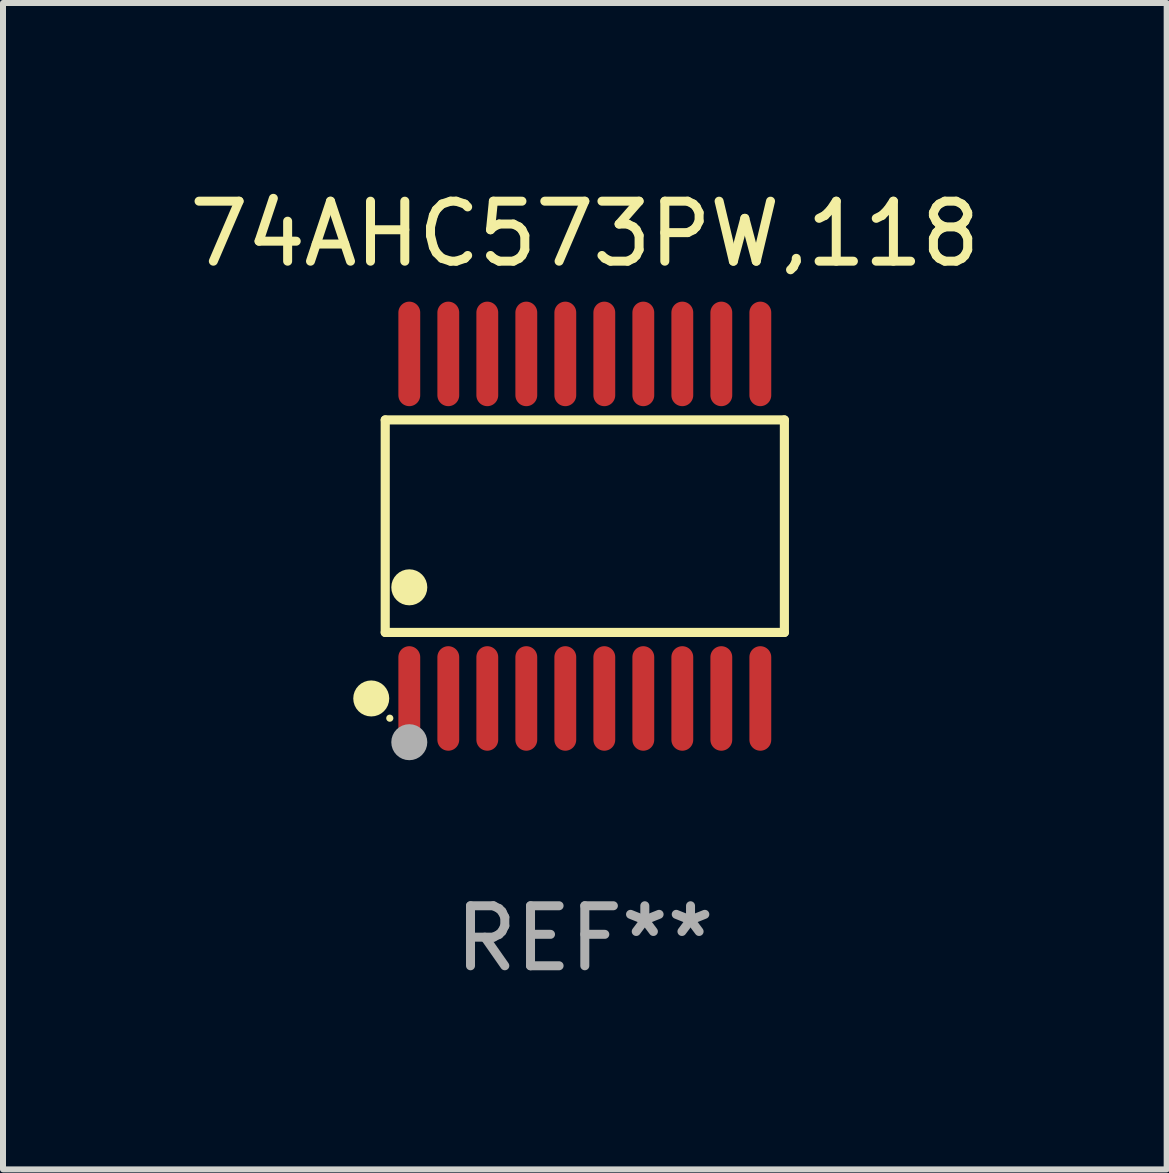
<source format=kicad_pcb>
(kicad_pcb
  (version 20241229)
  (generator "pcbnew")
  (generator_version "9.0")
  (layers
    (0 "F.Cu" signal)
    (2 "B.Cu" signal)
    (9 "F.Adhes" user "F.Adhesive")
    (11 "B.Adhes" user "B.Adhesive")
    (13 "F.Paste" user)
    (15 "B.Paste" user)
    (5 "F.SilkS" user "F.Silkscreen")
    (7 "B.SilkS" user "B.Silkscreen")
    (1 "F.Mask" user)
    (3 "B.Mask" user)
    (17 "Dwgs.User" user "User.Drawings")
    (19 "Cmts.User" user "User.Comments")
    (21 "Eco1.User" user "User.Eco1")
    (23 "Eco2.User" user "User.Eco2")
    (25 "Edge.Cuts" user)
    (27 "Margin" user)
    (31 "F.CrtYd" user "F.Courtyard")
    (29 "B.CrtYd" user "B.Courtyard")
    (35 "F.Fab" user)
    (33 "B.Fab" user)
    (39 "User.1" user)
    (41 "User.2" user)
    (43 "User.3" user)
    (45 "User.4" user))
  (footprint "74AHC573PW,118"
    (layer "F.Cu")
    (at 6.696 5.719)
    (property "Reference" "74AHC573PW,118" (at 0 -4.871 0) (layer "F.SilkS") (effects (font (size 1 1) (thickness 0.15))))
    (attr through_hole)
    (fp_line (start -3.326 -1.771) (end 3.326 -1.771) (stroke (width 0.152) (type solid)) (layer "F.SilkS"))
    (fp_line (start -3.326 1.771) (end -3.326 -1.771) (stroke (width 0.152) (type solid)) (layer "F.SilkS"))
    (fp_line (start 3.326 -1.771) (end 3.326 1.771) (stroke (width 0.152) (type solid)) (layer "F.SilkS"))
    (fp_line (start 3.326 1.771) (end -3.326 1.771) (stroke (width 0.152) (type solid)) (layer "F.SilkS"))
    (fp_circle (center -3.559 2.871) (end -3.409 2.871) (stroke (width 0.3) (type solid)) (fill no) (layer "F.SilkS"))
    (fp_circle (center -3.25 3.2) (end -3.22 3.2) (stroke (width 0.06) (type solid)) (fill no) (layer "F.SilkS"))
    (fp_circle (center -2.925 1.019) (end -2.775 1.019) (stroke (width 0.3) (type solid)) (fill no) (layer "F.SilkS"))
    (fp_circle (center -2.925 3.6) (end -2.775 3.6) (stroke (width 0.3) (type solid)) (fill no) (layer "F.Fab"))
    (fp_text user "REF**" (at 0 6.871 0) (layer "F.Fab") (effects (font (size 1 1) (thickness 0.15))))
    (pad "1" smd oval (at -2.925 2.871) (size 0.364 1.742) (layers "F.Cu" "F.Mask" "F.Paste"))
    (pad "2" smd oval (at -2.275 2.871) (size 0.364 1.742) (layers "F.Cu" "F.Mask" "F.Paste"))
    (pad "3" smd oval (at -1.625 2.871) (size 0.364 1.742) (layers "F.Cu" "F.Mask" "F.Paste"))
    (pad "4" smd oval (at -0.975 2.871) (size 0.364 1.742) (layers "F.Cu" "F.Mask" "F.Paste"))
    (pad "5" smd oval (at -0.325 2.871) (size 0.364 1.742) (layers "F.Cu" "F.Mask" "F.Paste"))
    (pad "6" smd oval (at 0.325 2.871) (size 0.364 1.742) (layers "F.Cu" "F.Mask" "F.Paste"))
    (pad "7" smd oval (at 0.975 2.871) (size 0.364 1.742) (layers "F.Cu" "F.Mask" "F.Paste"))
    (pad "8" smd oval (at 1.625 2.871) (size 0.364 1.742) (layers "F.Cu" "F.Mask" "F.Paste"))
    (pad "9" smd oval (at 2.275 2.871) (size 0.364 1.742) (layers "F.Cu" "F.Mask" "F.Paste"))
    (pad "10" smd oval (at 2.925 2.871) (size 0.364 1.742) (layers "F.Cu" "F.Mask" "F.Paste"))
    (pad "11" smd oval (at 2.925 -2.871) (size 0.364 1.742) (layers "F.Cu" "F.Mask" "F.Paste"))
    (pad "12" smd oval (at 2.275 -2.871) (size 0.364 1.742) (layers "F.Cu" "F.Mask" "F.Paste"))
    (pad "13" smd oval (at 1.625 -2.871) (size 0.364 1.742) (layers "F.Cu" "F.Mask" "F.Paste"))
    (pad "14" smd oval (at 0.975 -2.871) (size 0.364 1.742) (layers "F.Cu" "F.Mask" "F.Paste"))
    (pad "15" smd oval (at 0.325 -2.871) (size 0.364 1.742) (layers "F.Cu" "F.Mask" "F.Paste"))
    (pad "16" smd oval (at -0.325 -2.871) (size 0.364 1.742) (layers "F.Cu" "F.Mask" "F.Paste"))
    (pad "17" smd oval (at -0.975 -2.871) (size 0.364 1.742) (layers "F.Cu" "F.Mask" "F.Paste"))
    (pad "18" smd oval (at -1.625 -2.871) (size 0.364 1.742) (layers "F.Cu" "F.Mask" "F.Paste"))
    (pad "19" smd oval (at -2.275 -2.871) (size 0.364 1.742) (layers "F.Cu" "F.Mask" "F.Paste"))
    (pad "20" smd oval (at -2.925 -2.871) (size 0.364 1.742) (layers "F.Cu" "F.Mask" "F.Paste")))
  (gr_rect
    (start -3 -3)
    (end 16.393 16.438)
    (stroke (width 0.1) (type default))
    (fill no)
    (layer "Edge.Cuts")))
</source>
